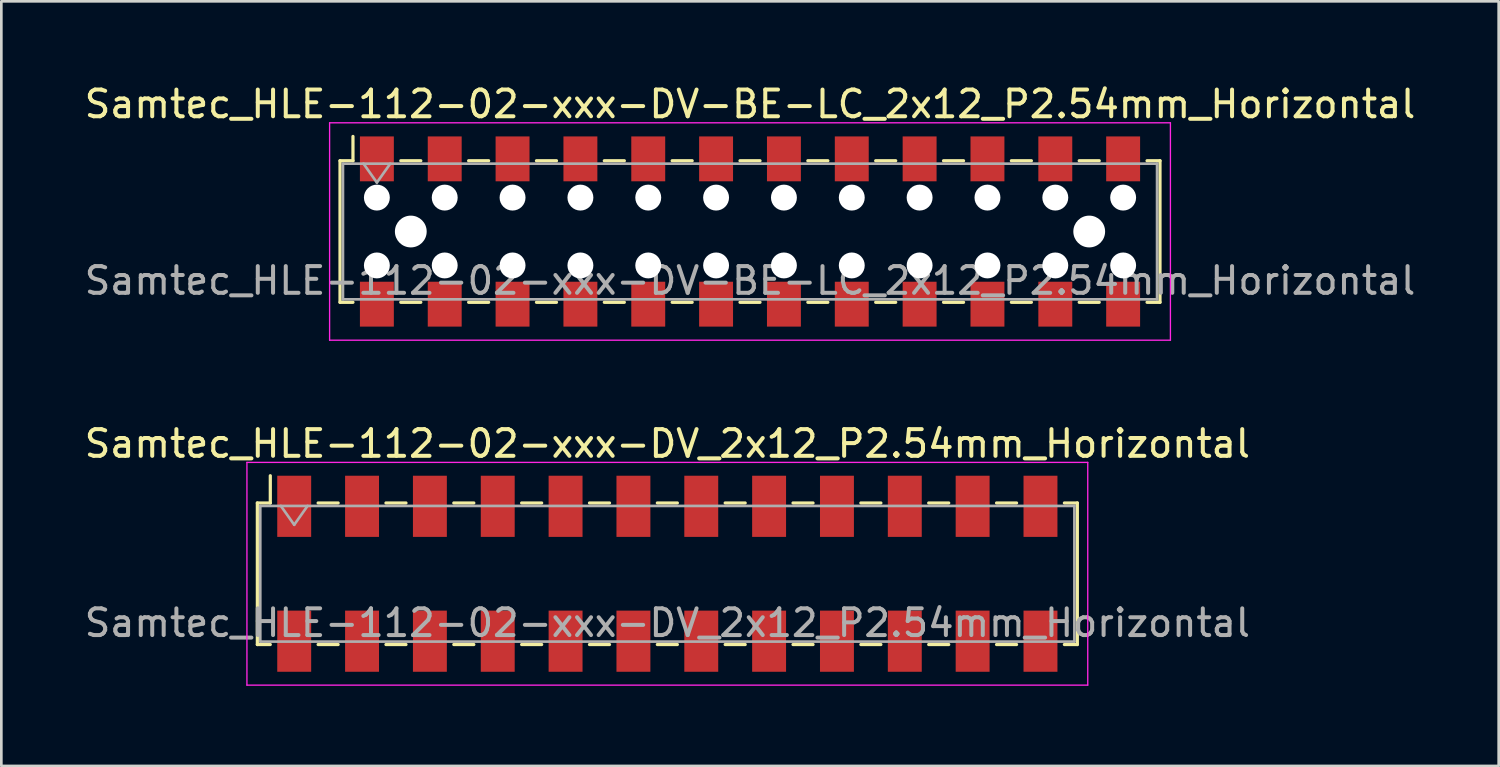
<source format=kicad_pcb>
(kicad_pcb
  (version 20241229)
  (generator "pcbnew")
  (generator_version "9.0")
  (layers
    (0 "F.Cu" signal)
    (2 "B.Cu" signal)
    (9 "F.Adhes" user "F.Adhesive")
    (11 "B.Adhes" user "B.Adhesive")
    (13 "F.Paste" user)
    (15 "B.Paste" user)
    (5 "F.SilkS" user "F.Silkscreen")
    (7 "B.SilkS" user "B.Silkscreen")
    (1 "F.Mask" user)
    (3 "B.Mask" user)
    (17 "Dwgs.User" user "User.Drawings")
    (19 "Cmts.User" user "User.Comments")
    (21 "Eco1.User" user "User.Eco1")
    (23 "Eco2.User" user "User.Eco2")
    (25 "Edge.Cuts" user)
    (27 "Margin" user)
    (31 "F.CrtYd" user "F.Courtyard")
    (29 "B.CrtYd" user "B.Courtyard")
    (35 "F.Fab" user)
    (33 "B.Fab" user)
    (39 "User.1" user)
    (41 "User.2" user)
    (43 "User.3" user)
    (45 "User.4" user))
  (footprint "Samtec_HLE-112-02-xxx-DV_2x12_P2.54mm_Horizontal"
    (layer "F.Cu")
    (at 21.935 18.431)
    (property "Reference" "Samtec_HLE-112-02-xxx-DV_2x12_P2.54mm_Horizontal" (at 0 -4.87 0) (layer "F.SilkS") (effects (font (size 1 1) (thickness 0.15))))
    (attr smd)
    (fp_line (start -15.35 -2.65) (end -15.35 2.65) (stroke (width 0.12) (type solid)) (layer "F.SilkS"))
    (fp_line (start -15.35 2.65) (end -14.865 2.65) (stroke (width 0.12) (type solid)) (layer "F.SilkS"))
    (fp_line (start -14.865 -3.67) (end -14.865 -2.65) (stroke (width 0.12) (type solid)) (layer "F.SilkS"))
    (fp_line (start -14.865 -2.65) (end -15.35 -2.65) (stroke (width 0.12) (type solid)) (layer "F.SilkS"))
    (fp_line (start -13.075 -2.65) (end -12.325 -2.65) (stroke (width 0.12) (type solid)) (layer "F.SilkS"))
    (fp_line (start -13.075 2.65) (end -12.325 2.65) (stroke (width 0.12) (type solid)) (layer "F.SilkS"))
    (fp_line (start -10.535 -2.65) (end -9.785 -2.65) (stroke (width 0.12) (type solid)) (layer "F.SilkS"))
    (fp_line (start -10.535 2.65) (end -9.785 2.65) (stroke (width 0.12) (type solid)) (layer "F.SilkS"))
    (fp_line (start -7.995 -2.65) (end -7.245 -2.65) (stroke (width 0.12) (type solid)) (layer "F.SilkS"))
    (fp_line (start -7.995 2.65) (end -7.245 2.65) (stroke (width 0.12) (type solid)) (layer "F.SilkS"))
    (fp_line (start -5.455 -2.65) (end -4.705 -2.65) (stroke (width 0.12) (type solid)) (layer "F.SilkS"))
    (fp_line (start -5.455 2.65) (end -4.705 2.65) (stroke (width 0.12) (type solid)) (layer "F.SilkS"))
    (fp_line (start -2.915 -2.65) (end -2.165 -2.65) (stroke (width 0.12) (type solid)) (layer "F.SilkS"))
    (fp_line (start -2.915 2.65) (end -2.165 2.65) (stroke (width 0.12) (type solid)) (layer "F.SilkS"))
    (fp_line (start -0.375 -2.65) (end 0.375 -2.65) (stroke (width 0.12) (type solid)) (layer "F.SilkS"))
    (fp_line (start -0.375 2.65) (end 0.375 2.65) (stroke (width 0.12) (type solid)) (layer "F.SilkS"))
    (fp_line (start 2.165 -2.65) (end 2.915 -2.65) (stroke (width 0.12) (type solid)) (layer "F.SilkS"))
    (fp_line (start 2.165 2.65) (end 2.915 2.65) (stroke (width 0.12) (type solid)) (layer "F.SilkS"))
    (fp_line (start 4.705 -2.65) (end 5.455 -2.65) (stroke (width 0.12) (type solid)) (layer "F.SilkS"))
    (fp_line (start 4.705 2.65) (end 5.455 2.65) (stroke (width 0.12) (type solid)) (layer "F.SilkS"))
    (fp_line (start 7.245 -2.65) (end 7.995 -2.65) (stroke (width 0.12) (type solid)) (layer "F.SilkS"))
    (fp_line (start 7.245 2.65) (end 7.995 2.65) (stroke (width 0.12) (type solid)) (layer "F.SilkS"))
    (fp_line (start 9.785 -2.65) (end 10.535 -2.65) (stroke (width 0.12) (type solid)) (layer "F.SilkS"))
    (fp_line (start 9.785 2.65) (end 10.535 2.65) (stroke (width 0.12) (type solid)) (layer "F.SilkS"))
    (fp_line (start 12.325 -2.65) (end 13.075 -2.65) (stroke (width 0.12) (type solid)) (layer "F.SilkS"))
    (fp_line (start 12.325 2.65) (end 13.075 2.65) (stroke (width 0.12) (type solid)) (layer "F.SilkS"))
    (fp_line (start 14.865 -2.65) (end 15.35 -2.65) (stroke (width 0.12) (type solid)) (layer "F.SilkS"))
    (fp_line (start 15.35 -2.65) (end 15.35 2.65) (stroke (width 0.12) (type solid)) (layer "F.SilkS"))
    (fp_line (start 15.35 2.65) (end 14.865 2.65) (stroke (width 0.12) (type solid)) (layer "F.SilkS"))
    (fp_line (start -15.74 -4.17) (end 15.74 -4.17) (stroke (width 0.05) (type solid)) (layer "F.CrtYd"))
    (fp_line (start -15.74 4.17) (end -15.74 -4.17) (stroke (width 0.05) (type solid)) (layer "F.CrtYd"))
    (fp_line (start 15.74 -4.17) (end 15.74 4.17) (stroke (width 0.05) (type solid)) (layer "F.CrtYd"))
    (fp_line (start 15.74 4.17) (end -15.74 4.17) (stroke (width 0.05) (type solid)) (layer "F.CrtYd"))
    (fp_line (start -15.24 -2.54) (end 15.24 -2.54) (stroke (width 0.1) (type solid)) (layer "F.Fab"))
    (fp_line (start -15.24 2.54) (end -15.24 -2.54) (stroke (width 0.1) (type solid)) (layer "F.Fab"))
    (fp_line (start -14.47 -2.54) (end -13.97 -1.833) (stroke (width 0.1) (type solid)) (layer "F.Fab"))
    (fp_line (start -13.97 -1.833) (end -13.47 -2.54) (stroke (width 0.1) (type solid)) (layer "F.Fab"))
    (fp_line (start 15.24 -2.54) (end 15.24 2.54) (stroke (width 0.1) (type solid)) (layer "F.Fab"))
    (fp_line (start 15.24 2.54) (end -15.24 2.54) (stroke (width 0.1) (type solid)) (layer "F.Fab"))
    (fp_text user "${REFERENCE}" (at 0 1.84 0) (layer "F.Fab") (effects (font (size 1 1) (thickness 0.15))))
    (pad "1" smd rect (at -13.97 -2.525) (size 1.27 2.29) (layers "F.Cu" "F.Mask" "F.Paste"))
    (pad "2" smd rect (at -13.97 2.525) (size 1.27 2.29) (layers "F.Cu" "F.Mask" "F.Paste"))
    (pad "3" smd rect (at -11.43 -2.525) (size 1.27 2.29) (layers "F.Cu" "F.Mask" "F.Paste"))
    (pad "4" smd rect (at -11.43 2.525) (size 1.27 2.29) (layers "F.Cu" "F.Mask" "F.Paste"))
    (pad "5" smd rect (at -8.89 -2.525) (size 1.27 2.29) (layers "F.Cu" "F.Mask" "F.Paste"))
    (pad "6" smd rect (at -8.89 2.525) (size 1.27 2.29) (layers "F.Cu" "F.Mask" "F.Paste"))
    (pad "7" smd rect (at -6.35 -2.525) (size 1.27 2.29) (layers "F.Cu" "F.Mask" "F.Paste"))
    (pad "8" smd rect (at -6.35 2.525) (size 1.27 2.29) (layers "F.Cu" "F.Mask" "F.Paste"))
    (pad "9" smd rect (at -3.81 -2.525) (size 1.27 2.29) (layers "F.Cu" "F.Mask" "F.Paste"))
    (pad "10" smd rect (at -3.81 2.525) (size 1.27 2.29) (layers "F.Cu" "F.Mask" "F.Paste"))
    (pad "11" smd rect (at -1.27 -2.525) (size 1.27 2.29) (layers "F.Cu" "F.Mask" "F.Paste"))
    (pad "12" smd rect (at -1.27 2.525) (size 1.27 2.29) (layers "F.Cu" "F.Mask" "F.Paste"))
    (pad "13" smd rect (at 1.27 -2.525) (size 1.27 2.29) (layers "F.Cu" "F.Mask" "F.Paste"))
    (pad "14" smd rect (at 1.27 2.525) (size 1.27 2.29) (layers "F.Cu" "F.Mask" "F.Paste"))
    (pad "15" smd rect (at 3.81 -2.525) (size 1.27 2.29) (layers "F.Cu" "F.Mask" "F.Paste"))
    (pad "16" smd rect (at 3.81 2.525) (size 1.27 2.29) (layers "F.Cu" "F.Mask" "F.Paste"))
    (pad "17" smd rect (at 6.35 -2.525) (size 1.27 2.29) (layers "F.Cu" "F.Mask" "F.Paste"))
    (pad "18" smd rect (at 6.35 2.525) (size 1.27 2.29) (layers "F.Cu" "F.Mask" "F.Paste"))
    (pad "19" smd rect (at 8.89 -2.525) (size 1.27 2.29) (layers "F.Cu" "F.Mask" "F.Paste"))
    (pad "20" smd rect (at 8.89 2.525) (size 1.27 2.29) (layers "F.Cu" "F.Mask" "F.Paste"))
    (pad "21" smd rect (at 11.43 -2.525) (size 1.27 2.29) (layers "F.Cu" "F.Mask" "F.Paste"))
    (pad "22" smd rect (at 11.43 2.525) (size 1.27 2.29) (layers "F.Cu" "F.Mask" "F.Paste"))
    (pad "23" smd rect (at 13.97 -2.525) (size 1.27 2.29) (layers "F.Cu" "F.Mask" "F.Paste"))
    (pad "24" smd rect (at 13.97 2.525) (size 1.27 2.29) (layers "F.Cu" "F.Mask" "F.Paste")))
  (footprint "Samtec_HLE-112-02-xxx-DV-BE-LC_2x12_P2.54mm_Horizontal"
    (layer "F.Cu")
    (at 25.03 5.618)
    (property "Reference" "Samtec_HLE-112-02-xxx-DV-BE-LC_2x12_P2.54mm_Horizontal" (at 0 -4.77 0) (layer "F.SilkS") (effects (font (size 1 1) (thickness 0.15))))
    (attr smd)
    (fp_line (start -15.35 -2.65) (end -15.35 2.65) (stroke (width 0.12) (type solid)) (layer "F.SilkS"))
    (fp_line (start -15.35 2.65) (end -14.865 2.65) (stroke (width 0.12) (type solid)) (layer "F.SilkS"))
    (fp_line (start -14.865 -3.56) (end -14.865 -2.65) (stroke (width 0.12) (type solid)) (layer "F.SilkS"))
    (fp_line (start -14.865 -2.65) (end -15.35 -2.65) (stroke (width 0.12) (type solid)) (layer "F.SilkS"))
    (fp_line (start -13.075 -2.65) (end -12.325 -2.65) (stroke (width 0.12) (type solid)) (layer "F.SilkS"))
    (fp_line (start -13.075 2.65) (end -12.325 2.65) (stroke (width 0.12) (type solid)) (layer "F.SilkS"))
    (fp_line (start -10.535 -2.65) (end -9.785 -2.65) (stroke (width 0.12) (type solid)) (layer "F.SilkS"))
    (fp_line (start -10.535 2.65) (end -9.785 2.65) (stroke (width 0.12) (type solid)) (layer "F.SilkS"))
    (fp_line (start -7.995 -2.65) (end -7.245 -2.65) (stroke (width 0.12) (type solid)) (layer "F.SilkS"))
    (fp_line (start -7.995 2.65) (end -7.245 2.65) (stroke (width 0.12) (type solid)) (layer "F.SilkS"))
    (fp_line (start -5.455 -2.65) (end -4.705 -2.65) (stroke (width 0.12) (type solid)) (layer "F.SilkS"))
    (fp_line (start -5.455 2.65) (end -4.705 2.65) (stroke (width 0.12) (type solid)) (layer "F.SilkS"))
    (fp_line (start -2.915 -2.65) (end -2.165 -2.65) (stroke (width 0.12) (type solid)) (layer "F.SilkS"))
    (fp_line (start -2.915 2.65) (end -2.165 2.65) (stroke (width 0.12) (type solid)) (layer "F.SilkS"))
    (fp_line (start -0.375 -2.65) (end 0.375 -2.65) (stroke (width 0.12) (type solid)) (layer "F.SilkS"))
    (fp_line (start -0.375 2.65) (end 0.375 2.65) (stroke (width 0.12) (type solid)) (layer "F.SilkS"))
    (fp_line (start 2.165 -2.65) (end 2.915 -2.65) (stroke (width 0.12) (type solid)) (layer "F.SilkS"))
    (fp_line (start 2.165 2.65) (end 2.915 2.65) (stroke (width 0.12) (type solid)) (layer "F.SilkS"))
    (fp_line (start 4.705 -2.65) (end 5.455 -2.65) (stroke (width 0.12) (type solid)) (layer "F.SilkS"))
    (fp_line (start 4.705 2.65) (end 5.455 2.65) (stroke (width 0.12) (type solid)) (layer "F.SilkS"))
    (fp_line (start 7.245 -2.65) (end 7.995 -2.65) (stroke (width 0.12) (type solid)) (layer "F.SilkS"))
    (fp_line (start 7.245 2.65) (end 7.995 2.65) (stroke (width 0.12) (type solid)) (layer "F.SilkS"))
    (fp_line (start 9.785 -2.65) (end 10.535 -2.65) (stroke (width 0.12) (type solid)) (layer "F.SilkS"))
    (fp_line (start 9.785 2.65) (end 10.535 2.65) (stroke (width 0.12) (type solid)) (layer "F.SilkS"))
    (fp_line (start 12.325 -2.65) (end 13.075 -2.65) (stroke (width 0.12) (type solid)) (layer "F.SilkS"))
    (fp_line (start 12.325 2.65) (end 13.075 2.65) (stroke (width 0.12) (type solid)) (layer "F.SilkS"))
    (fp_line (start 14.865 -2.65) (end 15.35 -2.65) (stroke (width 0.12) (type solid)) (layer "F.SilkS"))
    (fp_line (start 15.35 -2.65) (end 15.35 2.65) (stroke (width 0.12) (type solid)) (layer "F.SilkS"))
    (fp_line (start 15.35 2.65) (end 14.865 2.65) (stroke (width 0.12) (type solid)) (layer "F.SilkS"))
    (fp_line (start -15.74 -4.07) (end 15.74 -4.07) (stroke (width 0.05) (type solid)) (layer "F.CrtYd"))
    (fp_line (start -15.74 4.07) (end -15.74 -4.07) (stroke (width 0.05) (type solid)) (layer "F.CrtYd"))
    (fp_line (start 15.74 -4.07) (end 15.74 4.07) (stroke (width 0.05) (type solid)) (layer "F.CrtYd"))
    (fp_line (start 15.74 4.07) (end -15.74 4.07) (stroke (width 0.05) (type solid)) (layer "F.CrtYd"))
    (fp_line (start -15.24 -2.54) (end 15.24 -2.54) (stroke (width 0.1) (type solid)) (layer "F.Fab"))
    (fp_line (start -15.24 2.54) (end -15.24 -2.54) (stroke (width 0.1) (type solid)) (layer "F.Fab"))
    (fp_line (start -14.47 -2.54) (end -13.97 -1.833) (stroke (width 0.1) (type solid)) (layer "F.Fab"))
    (fp_line (start -13.97 -1.833) (end -13.47 -2.54) (stroke (width 0.1) (type solid)) (layer "F.Fab"))
    (fp_line (start 15.24 -2.54) (end 15.24 2.54) (stroke (width 0.1) (type solid)) (layer "F.Fab"))
    (fp_line (start 15.24 2.54) (end -15.24 2.54) (stroke (width 0.1) (type solid)) (layer "F.Fab"))
    (fp_text user "${REFERENCE}" (at 0 1.84 0) (layer "F.Fab") (effects (font (size 1 1) (thickness 0.15))))
    (pad "" np_thru_hole circle (at -13.97 -1.27) (size 0.97 0.97) (drill 0.97) (layers "*.Cu" "*.Mask"))
    (pad "" np_thru_hole circle (at -13.97 1.27) (size 0.97 0.97) (drill 0.97) (layers "*.Cu" "*.Mask"))
    (pad "" np_thru_hole circle (at -12.7 0) (size 1.19 1.19) (drill 1.19) (layers "*.Cu" "*.Mask"))
    (pad "" np_thru_hole circle (at -11.43 -1.27) (size 0.97 0.97) (drill 0.97) (layers "*.Cu" "*.Mask"))
    (pad "" np_thru_hole circle (at -11.43 1.27) (size 0.97 0.97) (drill 0.97) (layers "*.Cu" "*.Mask"))
    (pad "" np_thru_hole circle (at -8.89 -1.27) (size 0.97 0.97) (drill 0.97) (layers "*.Cu" "*.Mask"))
    (pad "" np_thru_hole circle (at -8.89 1.27) (size 0.97 0.97) (drill 0.97) (layers "*.Cu" "*.Mask"))
    (pad "" np_thru_hole circle (at -6.35 -1.27) (size 0.97 0.97) (drill 0.97) (layers "*.Cu" "*.Mask"))
    (pad "" np_thru_hole circle (at -6.35 1.27) (size 0.97 0.97) (drill 0.97) (layers "*.Cu" "*.Mask"))
    (pad "" np_thru_hole circle (at -3.81 -1.27) (size 0.97 0.97) (drill 0.97) (layers "*.Cu" "*.Mask"))
    (pad "" np_thru_hole circle (at -3.81 1.27) (size 0.97 0.97) (drill 0.97) (layers "*.Cu" "*.Mask"))
    (pad "" np_thru_hole circle (at -1.27 -1.27) (size 0.97 0.97) (drill 0.97) (layers "*.Cu" "*.Mask"))
    (pad "" np_thru_hole circle (at -1.27 1.27) (size 0.97 0.97) (drill 0.97) (layers "*.Cu" "*.Mask"))
    (pad "" np_thru_hole circle (at 1.27 -1.27) (size 0.97 0.97) (drill 0.97) (layers "*.Cu" "*.Mask"))
    (pad "" np_thru_hole circle (at 1.27 1.27) (size 0.97 0.97) (drill 0.97) (layers "*.Cu" "*.Mask"))
    (pad "" np_thru_hole circle (at 3.81 -1.27) (size 0.97 0.97) (drill 0.97) (layers "*.Cu" "*.Mask"))
    (pad "" np_thru_hole circle (at 3.81 1.27) (size 0.97 0.97) (drill 0.97) (layers "*.Cu" "*.Mask"))
    (pad "" np_thru_hole circle (at 6.35 -1.27) (size 0.97 0.97) (drill 0.97) (layers "*.Cu" "*.Mask"))
    (pad "" np_thru_hole circle (at 6.35 1.27) (size 0.97 0.97) (drill 0.97) (layers "*.Cu" "*.Mask"))
    (pad "" np_thru_hole circle (at 8.89 -1.27) (size 0.97 0.97) (drill 0.97) (layers "*.Cu" "*.Mask"))
    (pad "" np_thru_hole circle (at 8.89 1.27) (size 0.97 0.97) (drill 0.97) (layers "*.Cu" "*.Mask"))
    (pad "" np_thru_hole circle (at 11.43 -1.27) (size 0.97 0.97) (drill 0.97) (layers "*.Cu" "*.Mask"))
    (pad "" np_thru_hole circle (at 11.43 1.27) (size 0.97 0.97) (drill 0.97) (layers "*.Cu" "*.Mask"))
    (pad "" np_thru_hole circle (at 12.7 0) (size 1.19 1.19) (drill 1.19) (layers "*.Cu" "*.Mask"))
    (pad "" np_thru_hole circle (at 13.97 -1.27) (size 0.97 0.97) (drill 0.97) (layers "*.Cu" "*.Mask"))
    (pad "" np_thru_hole circle (at 13.97 1.27) (size 0.97 0.97) (drill 0.97) (layers "*.Cu" "*.Mask"))
    (pad "1" smd rect (at -13.97 -2.72) (size 1.27 1.68) (layers "F.Cu" "F.Mask" "F.Paste"))
    (pad "2" smd rect (at -13.97 2.72) (size 1.27 1.68) (layers "F.Cu" "F.Mask" "F.Paste"))
    (pad "3" smd rect (at -11.43 -2.72) (size 1.27 1.68) (layers "F.Cu" "F.Mask" "F.Paste"))
    (pad "4" smd rect (at -11.43 2.72) (size 1.27 1.68) (layers "F.Cu" "F.Mask" "F.Paste"))
    (pad "5" smd rect (at -8.89 -2.72) (size 1.27 1.68) (layers "F.Cu" "F.Mask" "F.Paste"))
    (pad "6" smd rect (at -8.89 2.72) (size 1.27 1.68) (layers "F.Cu" "F.Mask" "F.Paste"))
    (pad "7" smd rect (at -6.35 -2.72) (size 1.27 1.68) (layers "F.Cu" "F.Mask" "F.Paste"))
    (pad "8" smd rect (at -6.35 2.72) (size 1.27 1.68) (layers "F.Cu" "F.Mask" "F.Paste"))
    (pad "9" smd rect (at -3.81 -2.72) (size 1.27 1.68) (layers "F.Cu" "F.Mask" "F.Paste"))
    (pad "10" smd rect (at -3.81 2.72) (size 1.27 1.68) (layers "F.Cu" "F.Mask" "F.Paste"))
    (pad "11" smd rect (at -1.27 -2.72) (size 1.27 1.68) (layers "F.Cu" "F.Mask" "F.Paste"))
    (pad "12" smd rect (at -1.27 2.72) (size 1.27 1.68) (layers "F.Cu" "F.Mask" "F.Paste"))
    (pad "13" smd rect (at 1.27 -2.72) (size 1.27 1.68) (layers "F.Cu" "F.Mask" "F.Paste"))
    (pad "14" smd rect (at 1.27 2.72) (size 1.27 1.68) (layers "F.Cu" "F.Mask" "F.Paste"))
    (pad "15" smd rect (at 3.81 -2.72) (size 1.27 1.68) (layers "F.Cu" "F.Mask" "F.Paste"))
    (pad "16" smd rect (at 3.81 2.72) (size 1.27 1.68) (layers "F.Cu" "F.Mask" "F.Paste"))
    (pad "17" smd rect (at 6.35 -2.72) (size 1.27 1.68) (layers "F.Cu" "F.Mask" "F.Paste"))
    (pad "18" smd rect (at 6.35 2.72) (size 1.27 1.68) (layers "F.Cu" "F.Mask" "F.Paste"))
    (pad "19" smd rect (at 8.89 -2.72) (size 1.27 1.68) (layers "F.Cu" "F.Mask" "F.Paste"))
    (pad "20" smd rect (at 8.89 2.72) (size 1.27 1.68) (layers "F.Cu" "F.Mask" "F.Paste"))
    (pad "21" smd rect (at 11.43 -2.72) (size 1.27 1.68) (layers "F.Cu" "F.Mask" "F.Paste"))
    (pad "22" smd rect (at 11.43 2.72) (size 1.27 1.68) (layers "F.Cu" "F.Mask" "F.Paste"))
    (pad "23" smd rect (at 13.97 -2.72) (size 1.27 1.68) (layers "F.Cu" "F.Mask" "F.Paste"))
    (pad "24" smd rect (at 13.97 2.72) (size 1.27 1.68) (layers "F.Cu" "F.Mask" "F.Paste")))
  (gr_rect
    (start -3 -3)
    (end 53.06 25.627)
    (stroke (width 0.1) (type default))
    (fill no)
    (layer "Edge.Cuts")))
</source>
